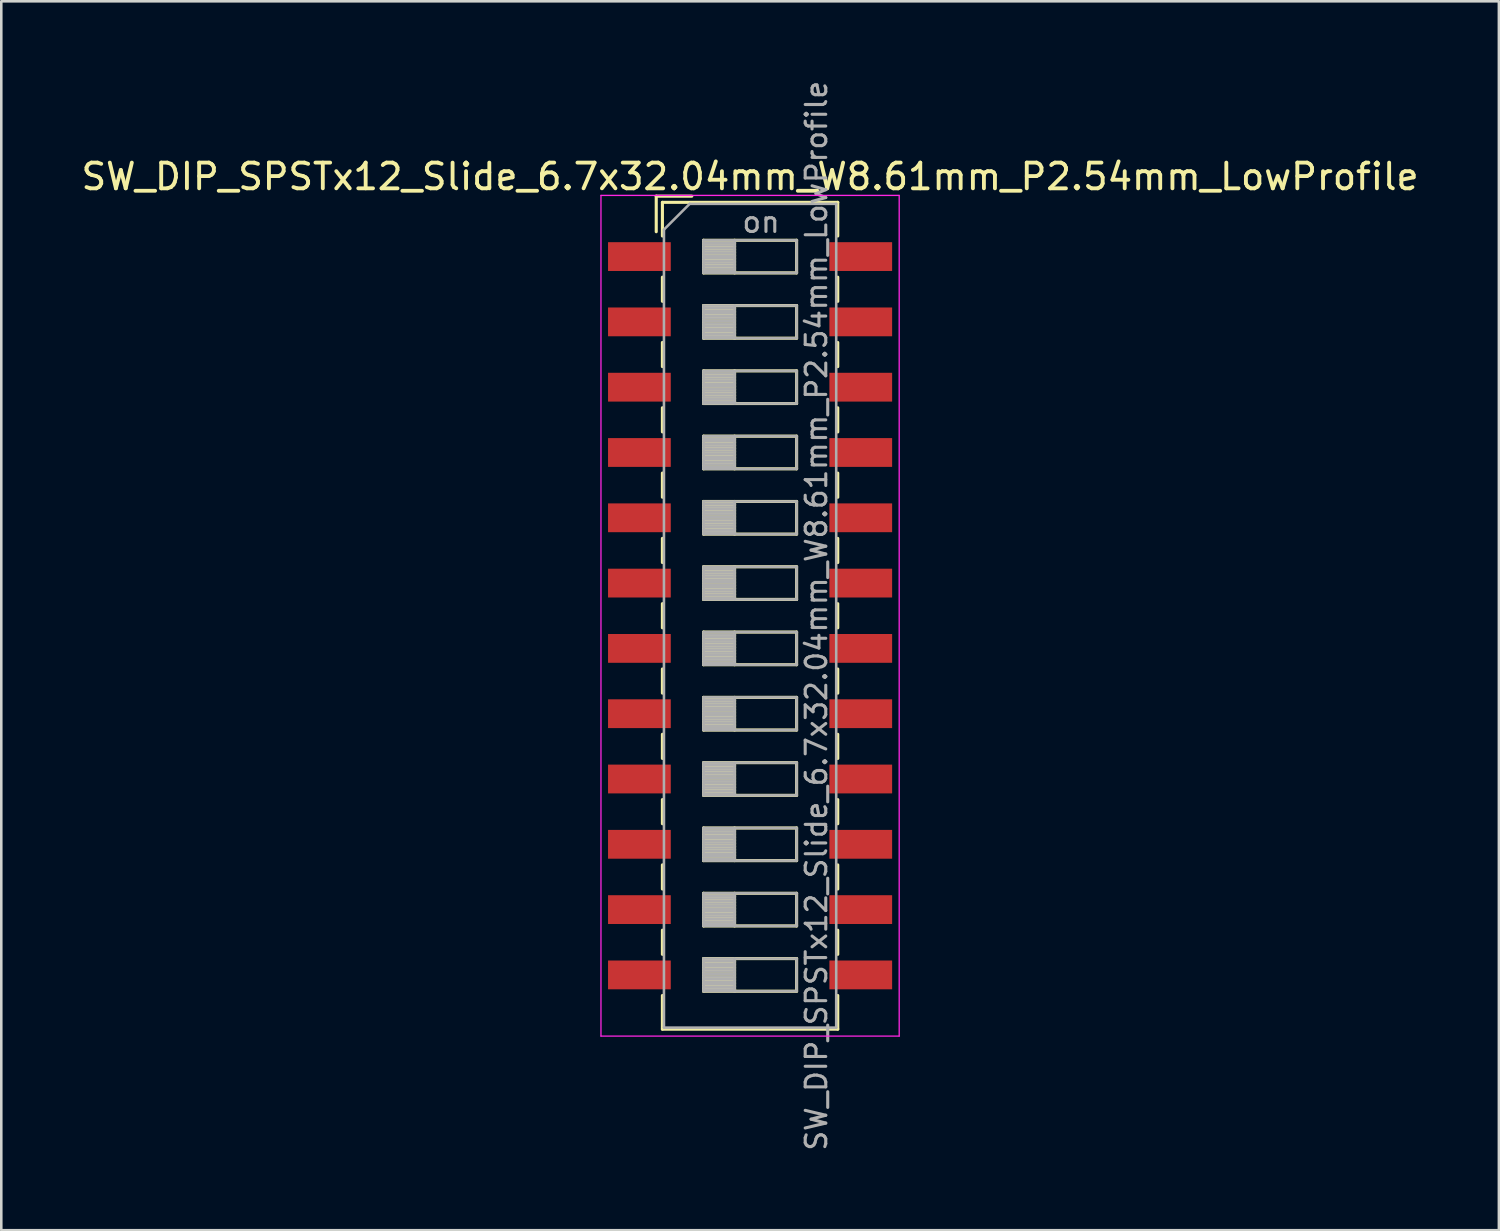
<source format=kicad_pcb>
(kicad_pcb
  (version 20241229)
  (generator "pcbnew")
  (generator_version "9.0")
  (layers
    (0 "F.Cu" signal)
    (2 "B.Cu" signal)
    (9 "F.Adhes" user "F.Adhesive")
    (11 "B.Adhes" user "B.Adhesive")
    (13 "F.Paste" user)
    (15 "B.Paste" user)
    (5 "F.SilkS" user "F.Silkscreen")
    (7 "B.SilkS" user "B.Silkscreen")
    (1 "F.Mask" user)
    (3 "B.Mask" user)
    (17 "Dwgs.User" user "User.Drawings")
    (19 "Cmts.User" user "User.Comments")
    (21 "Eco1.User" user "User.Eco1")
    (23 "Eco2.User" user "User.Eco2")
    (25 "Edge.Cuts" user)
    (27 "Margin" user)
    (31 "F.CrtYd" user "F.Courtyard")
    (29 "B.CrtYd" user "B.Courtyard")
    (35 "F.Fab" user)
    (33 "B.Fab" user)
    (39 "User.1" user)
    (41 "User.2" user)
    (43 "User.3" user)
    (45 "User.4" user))
  (footprint "SW_DIP_SPSTx12_Slide_6.7x32.04mm_W8.61mm_P2.54mm_LowProfile"
    (layer "F.Cu")
    (at 26.125 20.9)
    (property "Reference" "SW_DIP_SPSTx12_Slide_6.7x32.04mm_W8.61mm_P2.54mm_LowProfile" (at 0 -17.08 0) (layer "F.SilkS") (effects (font (size 1 1) (thickness 0.15))))
    (attr smd)
    (fp_line (start -3.65 -16.32) (end -3.65 -14.937) (stroke (width 0.12) (type solid)) (layer "F.SilkS"))
    (fp_line (start -3.65 -16.32) (end -2.267 -16.32) (stroke (width 0.12) (type solid)) (layer "F.SilkS"))
    (fp_line (start -3.41 -16.08) (end -3.41 -14.77) (stroke (width 0.12) (type solid)) (layer "F.SilkS"))
    (fp_line (start -3.41 -16.08) (end 3.41 -16.08) (stroke (width 0.12) (type solid)) (layer "F.SilkS"))
    (fp_line (start -3.41 -13.17) (end -3.41 -12.23) (stroke (width 0.12) (type solid)) (layer "F.SilkS"))
    (fp_line (start -3.41 -10.63) (end -3.41 -9.69) (stroke (width 0.12) (type solid)) (layer "F.SilkS"))
    (fp_line (start -3.41 -8.09) (end -3.41 -7.15) (stroke (width 0.12) (type solid)) (layer "F.SilkS"))
    (fp_line (start -3.41 -5.55) (end -3.41 -4.61) (stroke (width 0.12) (type solid)) (layer "F.SilkS"))
    (fp_line (start -3.41 -3.01) (end -3.41 -2.07) (stroke (width 0.12) (type solid)) (layer "F.SilkS"))
    (fp_line (start -3.41 -0.47) (end -3.41 0.47) (stroke (width 0.12) (type solid)) (layer "F.SilkS"))
    (fp_line (start -3.41 2.07) (end -3.41 3.01) (stroke (width 0.12) (type solid)) (layer "F.SilkS"))
    (fp_line (start -3.41 4.61) (end -3.41 5.55) (stroke (width 0.12) (type solid)) (layer "F.SilkS"))
    (fp_line (start -3.41 7.15) (end -3.41 8.09) (stroke (width 0.12) (type solid)) (layer "F.SilkS"))
    (fp_line (start -3.41 9.69) (end -3.41 10.63) (stroke (width 0.12) (type solid)) (layer "F.SilkS"))
    (fp_line (start -3.41 12.23) (end -3.41 13.17) (stroke (width 0.12) (type solid)) (layer "F.SilkS"))
    (fp_line (start -3.41 14.77) (end -3.41 16.08) (stroke (width 0.12) (type solid)) (layer "F.SilkS"))
    (fp_line (start -3.41 16.08) (end 3.41 16.08) (stroke (width 0.12) (type solid)) (layer "F.SilkS"))
    (fp_line (start -1.81 -14.605) (end -1.81 -13.335) (stroke (width 0.12) (type solid)) (layer "F.SilkS"))
    (fp_line (start -1.81 -14.485) (end -0.603 -14.485) (stroke (width 0.12) (type solid)) (layer "F.SilkS"))
    (fp_line (start -1.81 -14.365) (end -0.603 -14.365) (stroke (width 0.12) (type solid)) (layer "F.SilkS"))
    (fp_line (start -1.81 -14.245) (end -0.603 -14.245) (stroke (width 0.12) (type solid)) (layer "F.SilkS"))
    (fp_line (start -1.81 -14.125) (end -0.603 -14.125) (stroke (width 0.12) (type solid)) (layer "F.SilkS"))
    (fp_line (start -1.81 -14.005) (end -0.603 -14.005) (stroke (width 0.12) (type solid)) (layer "F.SilkS"))
    (fp_line (start -1.81 -13.885) (end -0.603 -13.885) (stroke (width 0.12) (type solid)) (layer "F.SilkS"))
    (fp_line (start -1.81 -13.765) (end -0.603 -13.765) (stroke (width 0.12) (type solid)) (layer "F.SilkS"))
    (fp_line (start -1.81 -13.645) (end -0.603 -13.645) (stroke (width 0.12) (type solid)) (layer "F.SilkS"))
    (fp_line (start -1.81 -13.525) (end -0.603 -13.525) (stroke (width 0.12) (type solid)) (layer "F.SilkS"))
    (fp_line (start -1.81 -13.405) (end -0.603 -13.405) (stroke (width 0.12) (type solid)) (layer "F.SilkS"))
    (fp_line (start -1.81 -13.335) (end 1.81 -13.335) (stroke (width 0.12) (type solid)) (layer "F.SilkS"))
    (fp_line (start -1.81 -12.065) (end -1.81 -10.795) (stroke (width 0.12) (type solid)) (layer "F.SilkS"))
    (fp_line (start -1.81 -11.945) (end -0.603 -11.945) (stroke (width 0.12) (type solid)) (layer "F.SilkS"))
    (fp_line (start -1.81 -11.825) (end -0.603 -11.825) (stroke (width 0.12) (type solid)) (layer "F.SilkS"))
    (fp_line (start -1.81 -11.705) (end -0.603 -11.705) (stroke (width 0.12) (type solid)) (layer "F.SilkS"))
    (fp_line (start -1.81 -11.585) (end -0.603 -11.585) (stroke (width 0.12) (type solid)) (layer "F.SilkS"))
    (fp_line (start -1.81 -11.465) (end -0.603 -11.465) (stroke (width 0.12) (type solid)) (layer "F.SilkS"))
    (fp_line (start -1.81 -11.345) (end -0.603 -11.345) (stroke (width 0.12) (type solid)) (layer "F.SilkS"))
    (fp_line (start -1.81 -11.225) (end -0.603 -11.225) (stroke (width 0.12) (type solid)) (layer "F.SilkS"))
    (fp_line (start -1.81 -11.105) (end -0.603 -11.105) (stroke (width 0.12) (type solid)) (layer "F.SilkS"))
    (fp_line (start -1.81 -10.985) (end -0.603 -10.985) (stroke (width 0.12) (type solid)) (layer "F.SilkS"))
    (fp_line (start -1.81 -10.865) (end -0.603 -10.865) (stroke (width 0.12) (type solid)) (layer "F.SilkS"))
    (fp_line (start -1.81 -10.795) (end 1.81 -10.795) (stroke (width 0.12) (type solid)) (layer "F.SilkS"))
    (fp_line (start -1.81 -9.525) (end -1.81 -8.255) (stroke (width 0.12) (type solid)) (layer "F.SilkS"))
    (fp_line (start -1.81 -9.405) (end -0.603 -9.405) (stroke (width 0.12) (type solid)) (layer "F.SilkS"))
    (fp_line (start -1.81 -9.285) (end -0.603 -9.285) (stroke (width 0.12) (type solid)) (layer "F.SilkS"))
    (fp_line (start -1.81 -9.165) (end -0.603 -9.165) (stroke (width 0.12) (type solid)) (layer "F.SilkS"))
    (fp_line (start -1.81 -9.045) (end -0.603 -9.045) (stroke (width 0.12) (type solid)) (layer "F.SilkS"))
    (fp_line (start -1.81 -8.925) (end -0.603 -8.925) (stroke (width 0.12) (type solid)) (layer "F.SilkS"))
    (fp_line (start -1.81 -8.805) (end -0.603 -8.805) (stroke (width 0.12) (type solid)) (layer "F.SilkS"))
    (fp_line (start -1.81 -8.685) (end -0.603 -8.685) (stroke (width 0.12) (type solid)) (layer "F.SilkS"))
    (fp_line (start -1.81 -8.565) (end -0.603 -8.565) (stroke (width 0.12) (type solid)) (layer "F.SilkS"))
    (fp_line (start -1.81 -8.445) (end -0.603 -8.445) (stroke (width 0.12) (type solid)) (layer "F.SilkS"))
    (fp_line (start -1.81 -8.325) (end -0.603 -8.325) (stroke (width 0.12) (type solid)) (layer "F.SilkS"))
    (fp_line (start -1.81 -8.255) (end 1.81 -8.255) (stroke (width 0.12) (type solid)) (layer "F.SilkS"))
    (fp_line (start -1.81 -6.985) (end -1.81 -5.715) (stroke (width 0.12) (type solid)) (layer "F.SilkS"))
    (fp_line (start -1.81 -6.865) (end -0.603 -6.865) (stroke (width 0.12) (type solid)) (layer "F.SilkS"))
    (fp_line (start -1.81 -6.745) (end -0.603 -6.745) (stroke (width 0.12) (type solid)) (layer "F.SilkS"))
    (fp_line (start -1.81 -6.625) (end -0.603 -6.625) (stroke (width 0.12) (type solid)) (layer "F.SilkS"))
    (fp_line (start -1.81 -6.505) (end -0.603 -6.505) (stroke (width 0.12) (type solid)) (layer "F.SilkS"))
    (fp_line (start -1.81 -6.385) (end -0.603 -6.385) (stroke (width 0.12) (type solid)) (layer "F.SilkS"))
    (fp_line (start -1.81 -6.265) (end -0.603 -6.265) (stroke (width 0.12) (type solid)) (layer "F.SilkS"))
    (fp_line (start -1.81 -6.145) (end -0.603 -6.145) (stroke (width 0.12) (type solid)) (layer "F.SilkS"))
    (fp_line (start -1.81 -6.025) (end -0.603 -6.025) (stroke (width 0.12) (type solid)) (layer "F.SilkS"))
    (fp_line (start -1.81 -5.905) (end -0.603 -5.905) (stroke (width 0.12) (type solid)) (layer "F.SilkS"))
    (fp_line (start -1.81 -5.785) (end -0.603 -5.785) (stroke (width 0.12) (type solid)) (layer "F.SilkS"))
    (fp_line (start -1.81 -5.715) (end 1.81 -5.715) (stroke (width 0.12) (type solid)) (layer "F.SilkS"))
    (fp_line (start -1.81 -4.445) (end -1.81 -3.175) (stroke (width 0.12) (type solid)) (layer "F.SilkS"))
    (fp_line (start -1.81 -4.325) (end -0.603 -4.325) (stroke (width 0.12) (type solid)) (layer "F.SilkS"))
    (fp_line (start -1.81 -4.205) (end -0.603 -4.205) (stroke (width 0.12) (type solid)) (layer "F.SilkS"))
    (fp_line (start -1.81 -4.085) (end -0.603 -4.085) (stroke (width 0.12) (type solid)) (layer "F.SilkS"))
    (fp_line (start -1.81 -3.965) (end -0.603 -3.965) (stroke (width 0.12) (type solid)) (layer "F.SilkS"))
    (fp_line (start -1.81 -3.845) (end -0.603 -3.845) (stroke (width 0.12) (type solid)) (layer "F.SilkS"))
    (fp_line (start -1.81 -3.725) (end -0.603 -3.725) (stroke (width 0.12) (type solid)) (layer "F.SilkS"))
    (fp_line (start -1.81 -3.605) (end -0.603 -3.605) (stroke (width 0.12) (type solid)) (layer "F.SilkS"))
    (fp_line (start -1.81 -3.485) (end -0.603 -3.485) (stroke (width 0.12) (type solid)) (layer "F.SilkS"))
    (fp_line (start -1.81 -3.365) (end -0.603 -3.365) (stroke (width 0.12) (type solid)) (layer "F.SilkS"))
    (fp_line (start -1.81 -3.245) (end -0.603 -3.245) (stroke (width 0.12) (type solid)) (layer "F.SilkS"))
    (fp_line (start -1.81 -3.175) (end 1.81 -3.175) (stroke (width 0.12) (type solid)) (layer "F.SilkS"))
    (fp_line (start -1.81 -1.905) (end -1.81 -0.635) (stroke (width 0.12) (type solid)) (layer "F.SilkS"))
    (fp_line (start -1.81 -1.785) (end -0.603 -1.785) (stroke (width 0.12) (type solid)) (layer "F.SilkS"))
    (fp_line (start -1.81 -1.665) (end -0.603 -1.665) (stroke (width 0.12) (type solid)) (layer "F.SilkS"))
    (fp_line (start -1.81 -1.545) (end -0.603 -1.545) (stroke (width 0.12) (type solid)) (layer "F.SilkS"))
    (fp_line (start -1.81 -1.425) (end -0.603 -1.425) (stroke (width 0.12) (type solid)) (layer "F.SilkS"))
    (fp_line (start -1.81 -1.305) (end -0.603 -1.305) (stroke (width 0.12) (type solid)) (layer "F.SilkS"))
    (fp_line (start -1.81 -1.185) (end -0.603 -1.185) (stroke (width 0.12) (type solid)) (layer "F.SilkS"))
    (fp_line (start -1.81 -1.065) (end -0.603 -1.065) (stroke (width 0.12) (type solid)) (layer "F.SilkS"))
    (fp_line (start -1.81 -0.945) (end -0.603 -0.945) (stroke (width 0.12) (type solid)) (layer "F.SilkS"))
    (fp_line (start -1.81 -0.825) (end -0.603 -0.825) (stroke (width 0.12) (type solid)) (layer "F.SilkS"))
    (fp_line (start -1.81 -0.705) (end -0.603 -0.705) (stroke (width 0.12) (type solid)) (layer "F.SilkS"))
    (fp_line (start -1.81 -0.635) (end 1.81 -0.635) (stroke (width 0.12) (type solid)) (layer "F.SilkS"))
    (fp_line (start -1.81 0.635) (end -1.81 1.905) (stroke (width 0.12) (type solid)) (layer "F.SilkS"))
    (fp_line (start -1.81 0.755) (end -0.603 0.755) (stroke (width 0.12) (type solid)) (layer "F.SilkS"))
    (fp_line (start -1.81 0.875) (end -0.603 0.875) (stroke (width 0.12) (type solid)) (layer "F.SilkS"))
    (fp_line (start -1.81 0.995) (end -0.603 0.995) (stroke (width 0.12) (type solid)) (layer "F.SilkS"))
    (fp_line (start -1.81 1.115) (end -0.603 1.115) (stroke (width 0.12) (type solid)) (layer "F.SilkS"))
    (fp_line (start -1.81 1.235) (end -0.603 1.235) (stroke (width 0.12) (type solid)) (layer "F.SilkS"))
    (fp_line (start -1.81 1.355) (end -0.603 1.355) (stroke (width 0.12) (type solid)) (layer "F.SilkS"))
    (fp_line (start -1.81 1.475) (end -0.603 1.475) (stroke (width 0.12) (type solid)) (layer "F.SilkS"))
    (fp_line (start -1.81 1.595) (end -0.603 1.595) (stroke (width 0.12) (type solid)) (layer "F.SilkS"))
    (fp_line (start -1.81 1.715) (end -0.603 1.715) (stroke (width 0.12) (type solid)) (layer "F.SilkS"))
    (fp_line (start -1.81 1.835) (end -0.603 1.835) (stroke (width 0.12) (type solid)) (layer "F.SilkS"))
    (fp_line (start -1.81 1.905) (end 1.81 1.905) (stroke (width 0.12) (type solid)) (layer "F.SilkS"))
    (fp_line (start -1.81 3.175) (end -1.81 4.445) (stroke (width 0.12) (type solid)) (layer "F.SilkS"))
    (fp_line (start -1.81 3.295) (end -0.603 3.295) (stroke (width 0.12) (type solid)) (layer "F.SilkS"))
    (fp_line (start -1.81 3.415) (end -0.603 3.415) (stroke (width 0.12) (type solid)) (layer "F.SilkS"))
    (fp_line (start -1.81 3.535) (end -0.603 3.535) (stroke (width 0.12) (type solid)) (layer "F.SilkS"))
    (fp_line (start -1.81 3.655) (end -0.603 3.655) (stroke (width 0.12) (type solid)) (layer "F.SilkS"))
    (fp_line (start -1.81 3.775) (end -0.603 3.775) (stroke (width 0.12) (type solid)) (layer "F.SilkS"))
    (fp_line (start -1.81 3.895) (end -0.603 3.895) (stroke (width 0.12) (type solid)) (layer "F.SilkS"))
    (fp_line (start -1.81 4.015) (end -0.603 4.015) (stroke (width 0.12) (type solid)) (layer "F.SilkS"))
    (fp_line (start -1.81 4.135) (end -0.603 4.135) (stroke (width 0.12) (type solid)) (layer "F.SilkS"))
    (fp_line (start -1.81 4.255) (end -0.603 4.255) (stroke (width 0.12) (type solid)) (layer "F.SilkS"))
    (fp_line (start -1.81 4.375) (end -0.603 4.375) (stroke (width 0.12) (type solid)) (layer "F.SilkS"))
    (fp_line (start -1.81 4.445) (end 1.81 4.445) (stroke (width 0.12) (type solid)) (layer "F.SilkS"))
    (fp_line (start -1.81 5.715) (end -1.81 6.985) (stroke (width 0.12) (type solid)) (layer "F.SilkS"))
    (fp_line (start -1.81 5.835) (end -0.603 5.835) (stroke (width 0.12) (type solid)) (layer "F.SilkS"))
    (fp_line (start -1.81 5.955) (end -0.603 5.955) (stroke (width 0.12) (type solid)) (layer "F.SilkS"))
    (fp_line (start -1.81 6.075) (end -0.603 6.075) (stroke (width 0.12) (type solid)) (layer "F.SilkS"))
    (fp_line (start -1.81 6.195) (end -0.603 6.195) (stroke (width 0.12) (type solid)) (layer "F.SilkS"))
    (fp_line (start -1.81 6.315) (end -0.603 6.315) (stroke (width 0.12) (type solid)) (layer "F.SilkS"))
    (fp_line (start -1.81 6.435) (end -0.603 6.435) (stroke (width 0.12) (type solid)) (layer "F.SilkS"))
    (fp_line (start -1.81 6.555) (end -0.603 6.555) (stroke (width 0.12) (type solid)) (layer "F.SilkS"))
    (fp_line (start -1.81 6.675) (end -0.603 6.675) (stroke (width 0.12) (type solid)) (layer "F.SilkS"))
    (fp_line (start -1.81 6.795) (end -0.603 6.795) (stroke (width 0.12) (type solid)) (layer "F.SilkS"))
    (fp_line (start -1.81 6.915) (end -0.603 6.915) (stroke (width 0.12) (type solid)) (layer "F.SilkS"))
    (fp_line (start -1.81 6.985) (end 1.81 6.985) (stroke (width 0.12) (type solid)) (layer "F.SilkS"))
    (fp_line (start -1.81 8.255) (end -1.81 9.525) (stroke (width 0.12) (type solid)) (layer "F.SilkS"))
    (fp_line (start -1.81 8.375) (end -0.603 8.375) (stroke (width 0.12) (type solid)) (layer "F.SilkS"))
    (fp_line (start -1.81 8.495) (end -0.603 8.495) (stroke (width 0.12) (type solid)) (layer "F.SilkS"))
    (fp_line (start -1.81 8.615) (end -0.603 8.615) (stroke (width 0.12) (type solid)) (layer "F.SilkS"))
    (fp_line (start -1.81 8.735) (end -0.603 8.735) (stroke (width 0.12) (type solid)) (layer "F.SilkS"))
    (fp_line (start -1.81 8.855) (end -0.603 8.855) (stroke (width 0.12) (type solid)) (layer "F.SilkS"))
    (fp_line (start -1.81 8.975) (end -0.603 8.975) (stroke (width 0.12) (type solid)) (layer "F.SilkS"))
    (fp_line (start -1.81 9.095) (end -0.603 9.095) (stroke (width 0.12) (type solid)) (layer "F.SilkS"))
    (fp_line (start -1.81 9.215) (end -0.603 9.215) (stroke (width 0.12) (type solid)) (layer "F.SilkS"))
    (fp_line (start -1.81 9.335) (end -0.603 9.335) (stroke (width 0.12) (type solid)) (layer "F.SilkS"))
    (fp_line (start -1.81 9.455) (end -0.603 9.455) (stroke (width 0.12) (type solid)) (layer "F.SilkS"))
    (fp_line (start -1.81 9.525) (end 1.81 9.525) (stroke (width 0.12) (type solid)) (layer "F.SilkS"))
    (fp_line (start -1.81 10.795) (end -1.81 12.065) (stroke (width 0.12) (type solid)) (layer "F.SilkS"))
    (fp_line (start -1.81 10.915) (end -0.603 10.915) (stroke (width 0.12) (type solid)) (layer "F.SilkS"))
    (fp_line (start -1.81 11.035) (end -0.603 11.035) (stroke (width 0.12) (type solid)) (layer "F.SilkS"))
    (fp_line (start -1.81 11.155) (end -0.603 11.155) (stroke (width 0.12) (type solid)) (layer "F.SilkS"))
    (fp_line (start -1.81 11.275) (end -0.603 11.275) (stroke (width 0.12) (type solid)) (layer "F.SilkS"))
    (fp_line (start -1.81 11.395) (end -0.603 11.395) (stroke (width 0.12) (type solid)) (layer "F.SilkS"))
    (fp_line (start -1.81 11.515) (end -0.603 11.515) (stroke (width 0.12) (type solid)) (layer "F.SilkS"))
    (fp_line (start -1.81 11.635) (end -0.603 11.635) (stroke (width 0.12) (type solid)) (layer "F.SilkS"))
    (fp_line (start -1.81 11.755) (end -0.603 11.755) (stroke (width 0.12) (type solid)) (layer "F.SilkS"))
    (fp_line (start -1.81 11.875) (end -0.603 11.875) (stroke (width 0.12) (type solid)) (layer "F.SilkS"))
    (fp_line (start -1.81 11.995) (end -0.603 11.995) (stroke (width 0.12) (type solid)) (layer "F.SilkS"))
    (fp_line (start -1.81 12.065) (end 1.81 12.065) (stroke (width 0.12) (type solid)) (layer "F.SilkS"))
    (fp_line (start -1.81 13.335) (end -1.81 14.605) (stroke (width 0.12) (type solid)) (layer "F.SilkS"))
    (fp_line (start -1.81 13.455) (end -0.603 13.455) (stroke (width 0.12) (type solid)) (layer "F.SilkS"))
    (fp_line (start -1.81 13.575) (end -0.603 13.575) (stroke (width 0.12) (type solid)) (layer "F.SilkS"))
    (fp_line (start -1.81 13.695) (end -0.603 13.695) (stroke (width 0.12) (type solid)) (layer "F.SilkS"))
    (fp_line (start -1.81 13.815) (end -0.603 13.815) (stroke (width 0.12) (type solid)) (layer "F.SilkS"))
    (fp_line (start -1.81 13.935) (end -0.603 13.935) (stroke (width 0.12) (type solid)) (layer "F.SilkS"))
    (fp_line (start -1.81 14.055) (end -0.603 14.055) (stroke (width 0.12) (type solid)) (layer "F.SilkS"))
    (fp_line (start -1.81 14.175) (end -0.603 14.175) (stroke (width 0.12) (type solid)) (layer "F.SilkS"))
    (fp_line (start -1.81 14.295) (end -0.603 14.295) (stroke (width 0.12) (type solid)) (layer "F.SilkS"))
    (fp_line (start -1.81 14.415) (end -0.603 14.415) (stroke (width 0.12) (type solid)) (layer "F.SilkS"))
    (fp_line (start -1.81 14.535) (end -0.603 14.535) (stroke (width 0.12) (type solid)) (layer "F.SilkS"))
    (fp_line (start -1.81 14.605) (end 1.81 14.605) (stroke (width 0.12) (type solid)) (layer "F.SilkS"))
    (fp_line (start -0.603 -14.605) (end -0.603 -13.335) (stroke (width 0.12) (type solid)) (layer "F.SilkS"))
    (fp_line (start -0.603 -12.065) (end -0.603 -10.795) (stroke (width 0.12) (type solid)) (layer "F.SilkS"))
    (fp_line (start -0.603 -9.525) (end -0.603 -8.255) (stroke (width 0.12) (type solid)) (layer "F.SilkS"))
    (fp_line (start -0.603 -6.985) (end -0.603 -5.715) (stroke (width 0.12) (type solid)) (layer "F.SilkS"))
    (fp_line (start -0.603 -4.445) (end -0.603 -3.175) (stroke (width 0.12) (type solid)) (layer "F.SilkS"))
    (fp_line (start -0.603 -1.905) (end -0.603 -0.635) (stroke (width 0.12) (type solid)) (layer "F.SilkS"))
    (fp_line (start -0.603 0.635) (end -0.603 1.905) (stroke (width 0.12) (type solid)) (layer "F.SilkS"))
    (fp_line (start -0.603 3.175) (end -0.603 4.445) (stroke (width 0.12) (type solid)) (layer "F.SilkS"))
    (fp_line (start -0.603 5.715) (end -0.603 6.985) (stroke (width 0.12) (type solid)) (layer "F.SilkS"))
    (fp_line (start -0.603 8.255) (end -0.603 9.525) (stroke (width 0.12) (type solid)) (layer "F.SilkS"))
    (fp_line (start -0.603 10.795) (end -0.603 12.065) (stroke (width 0.12) (type solid)) (layer "F.SilkS"))
    (fp_line (start -0.603 13.335) (end -0.603 14.605) (stroke (width 0.12) (type solid)) (layer "F.SilkS"))
    (fp_line (start 1.81 -14.605) (end -1.81 -14.605) (stroke (width 0.12) (type solid)) (layer "F.SilkS"))
    (fp_line (start 1.81 -13.335) (end 1.81 -14.605) (stroke (width 0.12) (type solid)) (layer "F.SilkS"))
    (fp_line (start 1.81 -12.065) (end -1.81 -12.065) (stroke (width 0.12) (type solid)) (layer "F.SilkS"))
    (fp_line (start 1.81 -10.795) (end 1.81 -12.065) (stroke (width 0.12) (type solid)) (layer "F.SilkS"))
    (fp_line (start 1.81 -9.525) (end -1.81 -9.525) (stroke (width 0.12) (type solid)) (layer "F.SilkS"))
    (fp_line (start 1.81 -8.255) (end 1.81 -9.525) (stroke (width 0.12) (type solid)) (layer "F.SilkS"))
    (fp_line (start 1.81 -6.985) (end -1.81 -6.985) (stroke (width 0.12) (type solid)) (layer "F.SilkS"))
    (fp_line (start 1.81 -5.715) (end 1.81 -6.985) (stroke (width 0.12) (type solid)) (layer "F.SilkS"))
    (fp_line (start 1.81 -4.445) (end -1.81 -4.445) (stroke (width 0.12) (type solid)) (layer "F.SilkS"))
    (fp_line (start 1.81 -3.175) (end 1.81 -4.445) (stroke (width 0.12) (type solid)) (layer "F.SilkS"))
    (fp_line (start 1.81 -1.905) (end -1.81 -1.905) (stroke (width 0.12) (type solid)) (layer "F.SilkS"))
    (fp_line (start 1.81 -0.635) (end 1.81 -1.905) (stroke (width 0.12) (type solid)) (layer "F.SilkS"))
    (fp_line (start 1.81 0.635) (end -1.81 0.635) (stroke (width 0.12) (type solid)) (layer "F.SilkS"))
    (fp_line (start 1.81 1.905) (end 1.81 0.635) (stroke (width 0.12) (type solid)) (layer "F.SilkS"))
    (fp_line (start 1.81 3.175) (end -1.81 3.175) (stroke (width 0.12) (type solid)) (layer "F.SilkS"))
    (fp_line (start 1.81 4.445) (end 1.81 3.175) (stroke (width 0.12) (type solid)) (layer "F.SilkS"))
    (fp_line (start 1.81 5.715) (end -1.81 5.715) (stroke (width 0.12) (type solid)) (layer "F.SilkS"))
    (fp_line (start 1.81 6.985) (end 1.81 5.715) (stroke (width 0.12) (type solid)) (layer "F.SilkS"))
    (fp_line (start 1.81 8.255) (end -1.81 8.255) (stroke (width 0.12) (type solid)) (layer "F.SilkS"))
    (fp_line (start 1.81 9.525) (end 1.81 8.255) (stroke (width 0.12) (type solid)) (layer "F.SilkS"))
    (fp_line (start 1.81 10.795) (end -1.81 10.795) (stroke (width 0.12) (type solid)) (layer "F.SilkS"))
    (fp_line (start 1.81 12.065) (end 1.81 10.795) (stroke (width 0.12) (type solid)) (layer "F.SilkS"))
    (fp_line (start 1.81 13.335) (end -1.81 13.335) (stroke (width 0.12) (type solid)) (layer "F.SilkS"))
    (fp_line (start 1.81 14.605) (end 1.81 13.335) (stroke (width 0.12) (type solid)) (layer "F.SilkS"))
    (fp_line (start 3.41 -16.08) (end 3.41 -14.77) (stroke (width 0.12) (type solid)) (layer "F.SilkS"))
    (fp_line (start 3.41 -13.169) (end 3.41 -12.229) (stroke (width 0.12) (type solid)) (layer "F.SilkS"))
    (fp_line (start 3.41 -10.629) (end 3.41 -9.689) (stroke (width 0.12) (type solid)) (layer "F.SilkS"))
    (fp_line (start 3.41 -8.089) (end 3.41 -7.149) (stroke (width 0.12) (type solid)) (layer "F.SilkS"))
    (fp_line (start 3.41 -5.549) (end 3.41 -4.609) (stroke (width 0.12) (type solid)) (layer "F.SilkS"))
    (fp_line (start 3.41 -3.009) (end 3.41 -2.069) (stroke (width 0.12) (type solid)) (layer "F.SilkS"))
    (fp_line (start 3.41 -0.469) (end 3.41 0.471) (stroke (width 0.12) (type solid)) (layer "F.SilkS"))
    (fp_line (start 3.41 2.071) (end 3.41 3.011) (stroke (width 0.12) (type solid)) (layer "F.SilkS"))
    (fp_line (start 3.41 4.611) (end 3.41 5.551) (stroke (width 0.12) (type solid)) (layer "F.SilkS"))
    (fp_line (start 3.41 7.151) (end 3.41 8.09) (stroke (width 0.12) (type solid)) (layer "F.SilkS"))
    (fp_line (start 3.41 9.691) (end 3.41 10.63) (stroke (width 0.12) (type solid)) (layer "F.SilkS"))
    (fp_line (start 3.41 12.231) (end 3.41 13.17) (stroke (width 0.12) (type solid)) (layer "F.SilkS"))
    (fp_line (start 3.41 14.77) (end 3.41 16.08) (stroke (width 0.12) (type solid)) (layer "F.SilkS"))
    (fp_line (start -5.8 -16.35) (end -5.8 16.35) (stroke (width 0.05) (type solid)) (layer "F.CrtYd"))
    (fp_line (start -5.8 16.35) (end 5.8 16.35) (stroke (width 0.05) (type solid)) (layer "F.CrtYd"))
    (fp_line (start 5.8 -16.35) (end -5.8 -16.35) (stroke (width 0.05) (type solid)) (layer "F.CrtYd"))
    (fp_line (start 5.8 16.35) (end 5.8 -16.35) (stroke (width 0.05) (type solid)) (layer "F.CrtYd"))
    (fp_line (start -3.35 -15.02) (end -2.35 -16.02) (stroke (width 0.1) (type solid)) (layer "F.Fab"))
    (fp_line (start -3.35 16.02) (end -3.35 -15.02) (stroke (width 0.1) (type solid)) (layer "F.Fab"))
    (fp_line (start -2.35 -16.02) (end 3.35 -16.02) (stroke (width 0.1) (type solid)) (layer "F.Fab"))
    (fp_line (start -1.81 -14.605) (end -1.81 -13.335) (stroke (width 0.1) (type solid)) (layer "F.Fab"))
    (fp_line (start -1.81 -14.505) (end -0.603 -14.505) (stroke (width 0.1) (type solid)) (layer "F.Fab"))
    (fp_line (start -1.81 -14.405) (end -0.603 -14.405) (stroke (width 0.1) (type solid)) (layer "F.Fab"))
    (fp_line (start -1.81 -14.305) (end -0.603 -14.305) (stroke (width 0.1) (type solid)) (layer "F.Fab"))
    (fp_line (start -1.81 -14.205) (end -0.603 -14.205) (stroke (width 0.1) (type solid)) (layer "F.Fab"))
    (fp_line (start -1.81 -14.105) (end -0.603 -14.105) (stroke (width 0.1) (type solid)) (layer "F.Fab"))
    (fp_line (start -1.81 -14.005) (end -0.603 -14.005) (stroke (width 0.1) (type solid)) (layer "F.Fab"))
    (fp_line (start -1.81 -13.905) (end -0.603 -13.905) (stroke (width 0.1) (type solid)) (layer "F.Fab"))
    (fp_line (start -1.81 -13.805) (end -0.603 -13.805) (stroke (width 0.1) (type solid)) (layer "F.Fab"))
    (fp_line (start -1.81 -13.705) (end -0.603 -13.705) (stroke (width 0.1) (type solid)) (layer "F.Fab"))
    (fp_line (start -1.81 -13.605) (end -0.603 -13.605) (stroke (width 0.1) (type solid)) (layer "F.Fab"))
    (fp_line (start -1.81 -13.505) (end -0.603 -13.505) (stroke (width 0.1) (type solid)) (layer "F.Fab"))
    (fp_line (start -1.81 -13.405) (end -0.603 -13.405) (stroke (width 0.1) (type solid)) (layer "F.Fab"))
    (fp_line (start -1.81 -13.335) (end 1.81 -13.335) (stroke (width 0.1) (type solid)) (layer "F.Fab"))
    (fp_line (start -1.81 -12.065) (end -1.81 -10.795) (stroke (width 0.1) (type solid)) (layer "F.Fab"))
    (fp_line (start -1.81 -11.965) (end -0.603 -11.965) (stroke (width 0.1) (type solid)) (layer "F.Fab"))
    (fp_line (start -1.81 -11.865) (end -0.603 -11.865) (stroke (width 0.1) (type solid)) (layer "F.Fab"))
    (fp_line (start -1.81 -11.765) (end -0.603 -11.765) (stroke (width 0.1) (type solid)) (layer "F.Fab"))
    (fp_line (start -1.81 -11.665) (end -0.603 -11.665) (stroke (width 0.1) (type solid)) (layer "F.Fab"))
    (fp_line (start -1.81 -11.565) (end -0.603 -11.565) (stroke (width 0.1) (type solid)) (layer "F.Fab"))
    (fp_line (start -1.81 -11.465) (end -0.603 -11.465) (stroke (width 0.1) (type solid)) (layer "F.Fab"))
    (fp_line (start -1.81 -11.365) (end -0.603 -11.365) (stroke (width 0.1) (type solid)) (layer "F.Fab"))
    (fp_line (start -1.81 -11.265) (end -0.603 -11.265) (stroke (width 0.1) (type solid)) (layer "F.Fab"))
    (fp_line (start -1.81 -11.165) (end -0.603 -11.165) (stroke (width 0.1) (type solid)) (layer "F.Fab"))
    (fp_line (start -1.81 -11.065) (end -0.603 -11.065) (stroke (width 0.1) (type solid)) (layer "F.Fab"))
    (fp_line (start -1.81 -10.965) (end -0.603 -10.965) (stroke (width 0.1) (type solid)) (layer "F.Fab"))
    (fp_line (start -1.81 -10.865) (end -0.603 -10.865) (stroke (width 0.1) (type solid)) (layer "F.Fab"))
    (fp_line (start -1.81 -10.795) (end 1.81 -10.795) (stroke (width 0.1) (type solid)) (layer "F.Fab"))
    (fp_line (start -1.81 -9.525) (end -1.81 -8.255) (stroke (width 0.1) (type solid)) (layer "F.Fab"))
    (fp_line (start -1.81 -9.425) (end -0.603 -9.425) (stroke (width 0.1) (type solid)) (layer "F.Fab"))
    (fp_line (start -1.81 -9.325) (end -0.603 -9.325) (stroke (width 0.1) (type solid)) (layer "F.Fab"))
    (fp_line (start -1.81 -9.225) (end -0.603 -9.225) (stroke (width 0.1) (type solid)) (layer "F.Fab"))
    (fp_line (start -1.81 -9.125) (end -0.603 -9.125) (stroke (width 0.1) (type solid)) (layer "F.Fab"))
    (fp_line (start -1.81 -9.025) (end -0.603 -9.025) (stroke (width 0.1) (type solid)) (layer "F.Fab"))
    (fp_line (start -1.81 -8.925) (end -0.603 -8.925) (stroke (width 0.1) (type solid)) (layer "F.Fab"))
    (fp_line (start -1.81 -8.825) (end -0.603 -8.825) (stroke (width 0.1) (type solid)) (layer "F.Fab"))
    (fp_line (start -1.81 -8.725) (end -0.603 -8.725) (stroke (width 0.1) (type solid)) (layer "F.Fab"))
    (fp_line (start -1.81 -8.625) (end -0.603 -8.625) (stroke (width 0.1) (type solid)) (layer "F.Fab"))
    (fp_line (start -1.81 -8.525) (end -0.603 -8.525) (stroke (width 0.1) (type solid)) (layer "F.Fab"))
    (fp_line (start -1.81 -8.425) (end -0.603 -8.425) (stroke (width 0.1) (type solid)) (layer "F.Fab"))
    (fp_line (start -1.81 -8.325) (end -0.603 -8.325) (stroke (width 0.1) (type solid)) (layer "F.Fab"))
    (fp_line (start -1.81 -8.255) (end 1.81 -8.255) (stroke (width 0.1) (type solid)) (layer "F.Fab"))
    (fp_line (start -1.81 -6.985) (end -1.81 -5.715) (stroke (width 0.1) (type solid)) (layer "F.Fab"))
    (fp_line (start -1.81 -6.885) (end -0.603 -6.885) (stroke (width 0.1) (type solid)) (layer "F.Fab"))
    (fp_line (start -1.81 -6.785) (end -0.603 -6.785) (stroke (width 0.1) (type solid)) (layer "F.Fab"))
    (fp_line (start -1.81 -6.685) (end -0.603 -6.685) (stroke (width 0.1) (type solid)) (layer "F.Fab"))
    (fp_line (start -1.81 -6.585) (end -0.603 -6.585) (stroke (width 0.1) (type solid)) (layer "F.Fab"))
    (fp_line (start -1.81 -6.485) (end -0.603 -6.485) (stroke (width 0.1) (type solid)) (layer "F.Fab"))
    (fp_line (start -1.81 -6.385) (end -0.603 -6.385) (stroke (width 0.1) (type solid)) (layer "F.Fab"))
    (fp_line (start -1.81 -6.285) (end -0.603 -6.285) (stroke (width 0.1) (type solid)) (layer "F.Fab"))
    (fp_line (start -1.81 -6.185) (end -0.603 -6.185) (stroke (width 0.1) (type solid)) (layer "F.Fab"))
    (fp_line (start -1.81 -6.085) (end -0.603 -6.085) (stroke (width 0.1) (type solid)) (layer "F.Fab"))
    (fp_line (start -1.81 -5.985) (end -0.603 -5.985) (stroke (width 0.1) (type solid)) (layer "F.Fab"))
    (fp_line (start -1.81 -5.885) (end -0.603 -5.885) (stroke (width 0.1) (type solid)) (layer "F.Fab"))
    (fp_line (start -1.81 -5.785) (end -0.603 -5.785) (stroke (width 0.1) (type solid)) (layer "F.Fab"))
    (fp_line (start -1.81 -5.715) (end 1.81 -5.715) (stroke (width 0.1) (type solid)) (layer "F.Fab"))
    (fp_line (start -1.81 -4.445) (end -1.81 -3.175) (stroke (width 0.1) (type solid)) (layer "F.Fab"))
    (fp_line (start -1.81 -4.345) (end -0.603 -4.345) (stroke (width 0.1) (type solid)) (layer "F.Fab"))
    (fp_line (start -1.81 -4.245) (end -0.603 -4.245) (stroke (width 0.1) (type solid)) (layer "F.Fab"))
    (fp_line (start -1.81 -4.145) (end -0.603 -4.145) (stroke (width 0.1) (type solid)) (layer "F.Fab"))
    (fp_line (start -1.81 -4.045) (end -0.603 -4.045) (stroke (width 0.1) (type solid)) (layer "F.Fab"))
    (fp_line (start -1.81 -3.945) (end -0.603 -3.945) (stroke (width 0.1) (type solid)) (layer "F.Fab"))
    (fp_line (start -1.81 -3.845) (end -0.603 -3.845) (stroke (width 0.1) (type solid)) (layer "F.Fab"))
    (fp_line (start -1.81 -3.745) (end -0.603 -3.745) (stroke (width 0.1) (type solid)) (layer "F.Fab"))
    (fp_line (start -1.81 -3.645) (end -0.603 -3.645) (stroke (width 0.1) (type solid)) (layer "F.Fab"))
    (fp_line (start -1.81 -3.545) (end -0.603 -3.545) (stroke (width 0.1) (type solid)) (layer "F.Fab"))
    (fp_line (start -1.81 -3.445) (end -0.603 -3.445) (stroke (width 0.1) (type solid)) (layer "F.Fab"))
    (fp_line (start -1.81 -3.345) (end -0.603 -3.345) (stroke (width 0.1) (type solid)) (layer "F.Fab"))
    (fp_line (start -1.81 -3.245) (end -0.603 -3.245) (stroke (width 0.1) (type solid)) (layer "F.Fab"))
    (fp_line (start -1.81 -3.175) (end 1.81 -3.175) (stroke (width 0.1) (type solid)) (layer "F.Fab"))
    (fp_line (start -1.81 -1.905) (end -1.81 -0.635) (stroke (width 0.1) (type solid)) (layer "F.Fab"))
    (fp_line (start -1.81 -1.805) (end -0.603 -1.805) (stroke (width 0.1) (type solid)) (layer "F.Fab"))
    (fp_line (start -1.81 -1.705) (end -0.603 -1.705) (stroke (width 0.1) (type solid)) (layer "F.Fab"))
    (fp_line (start -1.81 -1.605) (end -0.603 -1.605) (stroke (width 0.1) (type solid)) (layer "F.Fab"))
    (fp_line (start -1.81 -1.505) (end -0.603 -1.505) (stroke (width 0.1) (type solid)) (layer "F.Fab"))
    (fp_line (start -1.81 -1.405) (end -0.603 -1.405) (stroke (width 0.1) (type solid)) (layer "F.Fab"))
    (fp_line (start -1.81 -1.305) (end -0.603 -1.305) (stroke (width 0.1) (type solid)) (layer "F.Fab"))
    (fp_line (start -1.81 -1.205) (end -0.603 -1.205) (stroke (width 0.1) (type solid)) (layer "F.Fab"))
    (fp_line (start -1.81 -1.105) (end -0.603 -1.105) (stroke (width 0.1) (type solid)) (layer "F.Fab"))
    (fp_line (start -1.81 -1.005) (end -0.603 -1.005) (stroke (width 0.1) (type solid)) (layer "F.Fab"))
    (fp_line (start -1.81 -0.905) (end -0.603 -0.905) (stroke (width 0.1) (type solid)) (layer "F.Fab"))
    (fp_line (start -1.81 -0.805) (end -0.603 -0.805) (stroke (width 0.1) (type solid)) (layer "F.Fab"))
    (fp_line (start -1.81 -0.705) (end -0.603 -0.705) (stroke (width 0.1) (type solid)) (layer "F.Fab"))
    (fp_line (start -1.81 -0.635) (end 1.81 -0.635) (stroke (width 0.1) (type solid)) (layer "F.Fab"))
    (fp_line (start -1.81 0.635) (end -1.81 1.905) (stroke (width 0.1) (type solid)) (layer "F.Fab"))
    (fp_line (start -1.81 0.735) (end -0.603 0.735) (stroke (width 0.1) (type solid)) (layer "F.Fab"))
    (fp_line (start -1.81 0.835) (end -0.603 0.835) (stroke (width 0.1) (type solid)) (layer "F.Fab"))
    (fp_line (start -1.81 0.935) (end -0.603 0.935) (stroke (width 0.1) (type solid)) (layer "F.Fab"))
    (fp_line (start -1.81 1.035) (end -0.603 1.035) (stroke (width 0.1) (type solid)) (layer "F.Fab"))
    (fp_line (start -1.81 1.135) (end -0.603 1.135) (stroke (width 0.1) (type solid)) (layer "F.Fab"))
    (fp_line (start -1.81 1.235) (end -0.603 1.235) (stroke (width 0.1) (type solid)) (layer "F.Fab"))
    (fp_line (start -1.81 1.335) (end -0.603 1.335) (stroke (width 0.1) (type solid)) (layer "F.Fab"))
    (fp_line (start -1.81 1.435) (end -0.603 1.435) (stroke (width 0.1) (type solid)) (layer "F.Fab"))
    (fp_line (start -1.81 1.535) (end -0.603 1.535) (stroke (width 0.1) (type solid)) (layer "F.Fab"))
    (fp_line (start -1.81 1.635) (end -0.603 1.635) (stroke (width 0.1) (type solid)) (layer "F.Fab"))
    (fp_line (start -1.81 1.735) (end -0.603 1.735) (stroke (width 0.1) (type solid)) (layer "F.Fab"))
    (fp_line (start -1.81 1.835) (end -0.603 1.835) (stroke (width 0.1) (type solid)) (layer "F.Fab"))
    (fp_line (start -1.81 1.905) (end 1.81 1.905) (stroke (width 0.1) (type solid)) (layer "F.Fab"))
    (fp_line (start -1.81 3.175) (end -1.81 4.445) (stroke (width 0.1) (type solid)) (layer "F.Fab"))
    (fp_line (start -1.81 3.275) (end -0.603 3.275) (stroke (width 0.1) (type solid)) (layer "F.Fab"))
    (fp_line (start -1.81 3.375) (end -0.603 3.375) (stroke (width 0.1) (type solid)) (layer "F.Fab"))
    (fp_line (start -1.81 3.475) (end -0.603 3.475) (stroke (width 0.1) (type solid)) (layer "F.Fab"))
    (fp_line (start -1.81 3.575) (end -0.603 3.575) (stroke (width 0.1) (type solid)) (layer "F.Fab"))
    (fp_line (start -1.81 3.675) (end -0.603 3.675) (stroke (width 0.1) (type solid)) (layer "F.Fab"))
    (fp_line (start -1.81 3.775) (end -0.603 3.775) (stroke (width 0.1) (type solid)) (layer "F.Fab"))
    (fp_line (start -1.81 3.875) (end -0.603 3.875) (stroke (width 0.1) (type solid)) (layer "F.Fab"))
    (fp_line (start -1.81 3.975) (end -0.603 3.975) (stroke (width 0.1) (type solid)) (layer "F.Fab"))
    (fp_line (start -1.81 4.075) (end -0.603 4.075) (stroke (width 0.1) (type solid)) (layer "F.Fab"))
    (fp_line (start -1.81 4.175) (end -0.603 4.175) (stroke (width 0.1) (type solid)) (layer "F.Fab"))
    (fp_line (start -1.81 4.275) (end -0.603 4.275) (stroke (width 0.1) (type solid)) (layer "F.Fab"))
    (fp_line (start -1.81 4.375) (end -0.603 4.375) (stroke (width 0.1) (type solid)) (layer "F.Fab"))
    (fp_line (start -1.81 4.445) (end 1.81 4.445) (stroke (width 0.1) (type solid)) (layer "F.Fab"))
    (fp_line (start -1.81 5.715) (end -1.81 6.985) (stroke (width 0.1) (type solid)) (layer "F.Fab"))
    (fp_line (start -1.81 5.815) (end -0.603 5.815) (stroke (width 0.1) (type solid)) (layer "F.Fab"))
    (fp_line (start -1.81 5.915) (end -0.603 5.915) (stroke (width 0.1) (type solid)) (layer "F.Fab"))
    (fp_line (start -1.81 6.015) (end -0.603 6.015) (stroke (width 0.1) (type solid)) (layer "F.Fab"))
    (fp_line (start -1.81 6.115) (end -0.603 6.115) (stroke (width 0.1) (type solid)) (layer "F.Fab"))
    (fp_line (start -1.81 6.215) (end -0.603 6.215) (stroke (width 0.1) (type solid)) (layer "F.Fab"))
    (fp_line (start -1.81 6.315) (end -0.603 6.315) (stroke (width 0.1) (type solid)) (layer "F.Fab"))
    (fp_line (start -1.81 6.415) (end -0.603 6.415) (stroke (width 0.1) (type solid)) (layer "F.Fab"))
    (fp_line (start -1.81 6.515) (end -0.603 6.515) (stroke (width 0.1) (type solid)) (layer "F.Fab"))
    (fp_line (start -1.81 6.615) (end -0.603 6.615) (stroke (width 0.1) (type solid)) (layer "F.Fab"))
    (fp_line (start -1.81 6.715) (end -0.603 6.715) (stroke (width 0.1) (type solid)) (layer "F.Fab"))
    (fp_line (start -1.81 6.815) (end -0.603 6.815) (stroke (width 0.1) (type solid)) (layer "F.Fab"))
    (fp_line (start -1.81 6.915) (end -0.603 6.915) (stroke (width 0.1) (type solid)) (layer "F.Fab"))
    (fp_line (start -1.81 6.985) (end 1.81 6.985) (stroke (width 0.1) (type solid)) (layer "F.Fab"))
    (fp_line (start -1.81 8.255) (end -1.81 9.525) (stroke (width 0.1) (type solid)) (layer "F.Fab"))
    (fp_line (start -1.81 8.355) (end -0.603 8.355) (stroke (width 0.1) (type solid)) (layer "F.Fab"))
    (fp_line (start -1.81 8.455) (end -0.603 8.455) (stroke (width 0.1) (type solid)) (layer "F.Fab"))
    (fp_line (start -1.81 8.555) (end -0.603 8.555) (stroke (width 0.1) (type solid)) (layer "F.Fab"))
    (fp_line (start -1.81 8.655) (end -0.603 8.655) (stroke (width 0.1) (type solid)) (layer "F.Fab"))
    (fp_line (start -1.81 8.755) (end -0.603 8.755) (stroke (width 0.1) (type solid)) (layer "F.Fab"))
    (fp_line (start -1.81 8.855) (end -0.603 8.855) (stroke (width 0.1) (type solid)) (layer "F.Fab"))
    (fp_line (start -1.81 8.955) (end -0.603 8.955) (stroke (width 0.1) (type solid)) (layer "F.Fab"))
    (fp_line (start -1.81 9.055) (end -0.603 9.055) (stroke (width 0.1) (type solid)) (layer "F.Fab"))
    (fp_line (start -1.81 9.155) (end -0.603 9.155) (stroke (width 0.1) (type solid)) (layer "F.Fab"))
    (fp_line (start -1.81 9.255) (end -0.603 9.255) (stroke (width 0.1) (type solid)) (layer "F.Fab"))
    (fp_line (start -1.81 9.355) (end -0.603 9.355) (stroke (width 0.1) (type solid)) (layer "F.Fab"))
    (fp_line (start -1.81 9.455) (end -0.603 9.455) (stroke (width 0.1) (type solid)) (layer "F.Fab"))
    (fp_line (start -1.81 9.525) (end 1.81 9.525) (stroke (width 0.1) (type solid)) (layer "F.Fab"))
    (fp_line (start -1.81 10.795) (end -1.81 12.065) (stroke (width 0.1) (type solid)) (layer "F.Fab"))
    (fp_line (start -1.81 10.895) (end -0.603 10.895) (stroke (width 0.1) (type solid)) (layer "F.Fab"))
    (fp_line (start -1.81 10.995) (end -0.603 10.995) (stroke (width 0.1) (type solid)) (layer "F.Fab"))
    (fp_line (start -1.81 11.095) (end -0.603 11.095) (stroke (width 0.1) (type solid)) (layer "F.Fab"))
    (fp_line (start -1.81 11.195) (end -0.603 11.195) (stroke (width 0.1) (type solid)) (layer "F.Fab"))
    (fp_line (start -1.81 11.295) (end -0.603 11.295) (stroke (width 0.1) (type solid)) (layer "F.Fab"))
    (fp_line (start -1.81 11.395) (end -0.603 11.395) (stroke (width 0.1) (type solid)) (layer "F.Fab"))
    (fp_line (start -1.81 11.495) (end -0.603 11.495) (stroke (width 0.1) (type solid)) (layer "F.Fab"))
    (fp_line (start -1.81 11.595) (end -0.603 11.595) (stroke (width 0.1) (type solid)) (layer "F.Fab"))
    (fp_line (start -1.81 11.695) (end -0.603 11.695) (stroke (width 0.1) (type solid)) (layer "F.Fab"))
    (fp_line (start -1.81 11.795) (end -0.603 11.795) (stroke (width 0.1) (type solid)) (layer "F.Fab"))
    (fp_line (start -1.81 11.895) (end -0.603 11.895) (stroke (width 0.1) (type solid)) (layer "F.Fab"))
    (fp_line (start -1.81 11.995) (end -0.603 11.995) (stroke (width 0.1) (type solid)) (layer "F.Fab"))
    (fp_line (start -1.81 12.065) (end 1.81 12.065) (stroke (width 0.1) (type solid)) (layer "F.Fab"))
    (fp_line (start -1.81 13.335) (end -1.81 14.605) (stroke (width 0.1) (type solid)) (layer "F.Fab"))
    (fp_line (start -1.81 13.435) (end -0.603 13.435) (stroke (width 0.1) (type solid)) (layer "F.Fab"))
    (fp_line (start -1.81 13.535) (end -0.603 13.535) (stroke (width 0.1) (type solid)) (layer "F.Fab"))
    (fp_line (start -1.81 13.635) (end -0.603 13.635) (stroke (width 0.1) (type solid)) (layer "F.Fab"))
    (fp_line (start -1.81 13.735) (end -0.603 13.735) (stroke (width 0.1) (type solid)) (layer "F.Fab"))
    (fp_line (start -1.81 13.835) (end -0.603 13.835) (stroke (width 0.1) (type solid)) (layer "F.Fab"))
    (fp_line (start -1.81 13.935) (end -0.603 13.935) (stroke (width 0.1) (type solid)) (layer "F.Fab"))
    (fp_line (start -1.81 14.035) (end -0.603 14.035) (stroke (width 0.1) (type solid)) (layer "F.Fab"))
    (fp_line (start -1.81 14.135) (end -0.603 14.135) (stroke (width 0.1) (type solid)) (layer "F.Fab"))
    (fp_line (start -1.81 14.235) (end -0.603 14.235) (stroke (width 0.1) (type solid)) (layer "F.Fab"))
    (fp_line (start -1.81 14.335) (end -0.603 14.335) (stroke (width 0.1) (type solid)) (layer "F.Fab"))
    (fp_line (start -1.81 14.435) (end -0.603 14.435) (stroke (width 0.1) (type solid)) (layer "F.Fab"))
    (fp_line (start -1.81 14.535) (end -0.603 14.535) (stroke (width 0.1) (type solid)) (layer "F.Fab"))
    (fp_line (start -1.81 14.605) (end 1.81 14.605) (stroke (width 0.1) (type solid)) (layer "F.Fab"))
    (fp_line (start -0.603 -14.605) (end -0.603 -13.335) (stroke (width 0.1) (type solid)) (layer "F.Fab"))
    (fp_line (start -0.603 -12.065) (end -0.603 -10.795) (stroke (width 0.1) (type solid)) (layer "F.Fab"))
    (fp_line (start -0.603 -9.525) (end -0.603 -8.255) (stroke (width 0.1) (type solid)) (layer "F.Fab"))
    (fp_line (start -0.603 -6.985) (end -0.603 -5.715) (stroke (width 0.1) (type solid)) (layer "F.Fab"))
    (fp_line (start -0.603 -4.445) (end -0.603 -3.175) (stroke (width 0.1) (type solid)) (layer "F.Fab"))
    (fp_line (start -0.603 -1.905) (end -0.603 -0.635) (stroke (width 0.1) (type solid)) (layer "F.Fab"))
    (fp_line (start -0.603 0.635) (end -0.603 1.905) (stroke (width 0.1) (type solid)) (layer "F.Fab"))
    (fp_line (start -0.603 3.175) (end -0.603 4.445) (stroke (width 0.1) (type solid)) (layer "F.Fab"))
    (fp_line (start -0.603 5.715) (end -0.603 6.985) (stroke (width 0.1) (type solid)) (layer "F.Fab"))
    (fp_line (start -0.603 8.255) (end -0.603 9.525) (stroke (width 0.1) (type solid)) (layer "F.Fab"))
    (fp_line (start -0.603 10.795) (end -0.603 12.065) (stroke (width 0.1) (type solid)) (layer "F.Fab"))
    (fp_line (start -0.603 13.335) (end -0.603 14.605) (stroke (width 0.1) (type solid)) (layer "F.Fab"))
    (fp_line (start 1.81 -14.605) (end -1.81 -14.605) (stroke (width 0.1) (type solid)) (layer "F.Fab"))
    (fp_line (start 1.81 -13.335) (end 1.81 -14.605) (stroke (width 0.1) (type solid)) (layer "F.Fab"))
    (fp_line (start 1.81 -12.065) (end -1.81 -12.065) (stroke (width 0.1) (type solid)) (layer "F.Fab"))
    (fp_line (start 1.81 -10.795) (end 1.81 -12.065) (stroke (width 0.1) (type solid)) (layer "F.Fab"))
    (fp_line (start 1.81 -9.525) (end -1.81 -9.525) (stroke (width 0.1) (type solid)) (layer "F.Fab"))
    (fp_line (start 1.81 -8.255) (end 1.81 -9.525) (stroke (width 0.1) (type solid)) (layer "F.Fab"))
    (fp_line (start 1.81 -6.985) (end -1.81 -6.985) (stroke (width 0.1) (type solid)) (layer "F.Fab"))
    (fp_line (start 1.81 -5.715) (end 1.81 -6.985) (stroke (width 0.1) (type solid)) (layer "F.Fab"))
    (fp_line (start 1.81 -4.445) (end -1.81 -4.445) (stroke (width 0.1) (type solid)) (layer "F.Fab"))
    (fp_line (start 1.81 -3.175) (end 1.81 -4.445) (stroke (width 0.1) (type solid)) (layer "F.Fab"))
    (fp_line (start 1.81 -1.905) (end -1.81 -1.905) (stroke (width 0.1) (type solid)) (layer "F.Fab"))
    (fp_line (start 1.81 -0.635) (end 1.81 -1.905) (stroke (width 0.1) (type solid)) (layer "F.Fab"))
    (fp_line (start 1.81 0.635) (end -1.81 0.635) (stroke (width 0.1) (type solid)) (layer "F.Fab"))
    (fp_line (start 1.81 1.905) (end 1.81 0.635) (stroke (width 0.1) (type solid)) (layer "F.Fab"))
    (fp_line (start 1.81 3.175) (end -1.81 3.175) (stroke (width 0.1) (type solid)) (layer "F.Fab"))
    (fp_line (start 1.81 4.445) (end 1.81 3.175) (stroke (width 0.1) (type solid)) (layer "F.Fab"))
    (fp_line (start 1.81 5.715) (end -1.81 5.715) (stroke (width 0.1) (type solid)) (layer "F.Fab"))
    (fp_line (start 1.81 6.985) (end 1.81 5.715) (stroke (width 0.1) (type solid)) (layer "F.Fab"))
    (fp_line (start 1.81 8.255) (end -1.81 8.255) (stroke (width 0.1) (type solid)) (layer "F.Fab"))
    (fp_line (start 1.81 9.525) (end 1.81 8.255) (stroke (width 0.1) (type solid)) (layer "F.Fab"))
    (fp_line (start 1.81 10.795) (end -1.81 10.795) (stroke (width 0.1) (type solid)) (layer "F.Fab"))
    (fp_line (start 1.81 12.065) (end 1.81 10.795) (stroke (width 0.1) (type solid)) (layer "F.Fab"))
    (fp_line (start 1.81 13.335) (end -1.81 13.335) (stroke (width 0.1) (type solid)) (layer "F.Fab"))
    (fp_line (start 1.81 14.605) (end 1.81 13.335) (stroke (width 0.1) (type solid)) (layer "F.Fab"))
    (fp_line (start 3.35 -16.02) (end 3.35 16.02) (stroke (width 0.1) (type solid)) (layer "F.Fab"))
    (fp_line (start 3.35 16.02) (end -3.35 16.02) (stroke (width 0.1) (type solid)) (layer "F.Fab"))
    (fp_text user "${REFERENCE}" (at 2.58 0 90) (layer "F.Fab") (effects (font (size 0.8 0.8) (thickness 0.12))))
    (fp_text user "on" (at 0.427 -15.312 0) (layer "F.Fab") (effects (font (size 0.8 0.8) (thickness 0.12))))
    (pad "1" smd rect (at -4.305 -13.97) (size 2.44 1.12) (layers "F.Cu" "F.Mask" "F.Paste"))
    (pad "2" smd rect (at -4.305 -11.43) (size 2.44 1.12) (layers "F.Cu" "F.Mask" "F.Paste"))
    (pad "3" smd rect (at -4.305 -8.89) (size 2.44 1.12) (layers "F.Cu" "F.Mask" "F.Paste"))
    (pad "4" smd rect (at -4.305 -6.35) (size 2.44 1.12) (layers "F.Cu" "F.Mask" "F.Paste"))
    (pad "5" smd rect (at -4.305 -3.81) (size 2.44 1.12) (layers "F.Cu" "F.Mask" "F.Paste"))
    (pad "6" smd rect (at -4.305 -1.27) (size 2.44 1.12) (layers "F.Cu" "F.Mask" "F.Paste"))
    (pad "7" smd rect (at -4.305 1.27) (size 2.44 1.12) (layers "F.Cu" "F.Mask" "F.Paste"))
    (pad "8" smd rect (at -4.305 3.81) (size 2.44 1.12) (layers "F.Cu" "F.Mask" "F.Paste"))
    (pad "9" smd rect (at -4.305 6.35) (size 2.44 1.12) (layers "F.Cu" "F.Mask" "F.Paste"))
    (pad "10" smd rect (at -4.305 8.89) (size 2.44 1.12) (layers "F.Cu" "F.Mask" "F.Paste"))
    (pad "11" smd rect (at -4.305 11.43) (size 2.44 1.12) (layers "F.Cu" "F.Mask" "F.Paste"))
    (pad "12" smd rect (at -4.305 13.97) (size 2.44 1.12) (layers "F.Cu" "F.Mask" "F.Paste"))
    (pad "13" smd rect (at 4.305 13.97) (size 2.44 1.12) (layers "F.Cu" "F.Mask" "F.Paste"))
    (pad "14" smd rect (at 4.305 11.43) (size 2.44 1.12) (layers "F.Cu" "F.Mask" "F.Paste"))
    (pad "15" smd rect (at 4.305 8.89) (size 2.44 1.12) (layers "F.Cu" "F.Mask" "F.Paste"))
    (pad "16" smd rect (at 4.305 6.35) (size 2.44 1.12) (layers "F.Cu" "F.Mask" "F.Paste"))
    (pad "17" smd rect (at 4.305 3.81) (size 2.44 1.12) (layers "F.Cu" "F.Mask" "F.Paste"))
    (pad "18" smd rect (at 4.305 1.27) (size 2.44 1.12) (layers "F.Cu" "F.Mask" "F.Paste"))
    (pad "19" smd rect (at 4.305 -1.27) (size 2.44 1.12) (layers "F.Cu" "F.Mask" "F.Paste"))
    (pad "20" smd rect (at 4.305 -3.81) (size 2.44 1.12) (layers "F.Cu" "F.Mask" "F.Paste"))
    (pad "21" smd rect (at 4.305 -6.35) (size 2.44 1.12) (layers "F.Cu" "F.Mask" "F.Paste"))
    (pad "22" smd rect (at 4.305 -8.89) (size 2.44 1.12) (layers "F.Cu" "F.Mask" "F.Paste"))
    (pad "23" smd rect (at 4.305 -11.43) (size 2.44 1.12) (layers "F.Cu" "F.Mask" "F.Paste"))
    (pad "24" smd rect (at 4.305 -13.97) (size 2.44 1.12) (layers "F.Cu" "F.Mask" "F.Paste")))
  (gr_rect
    (start -3 -3)
    (end 55.25 44.8)
    (stroke (width 0.1) (type default))
    (fill no)
    (layer "Edge.Cuts")))
</source>
